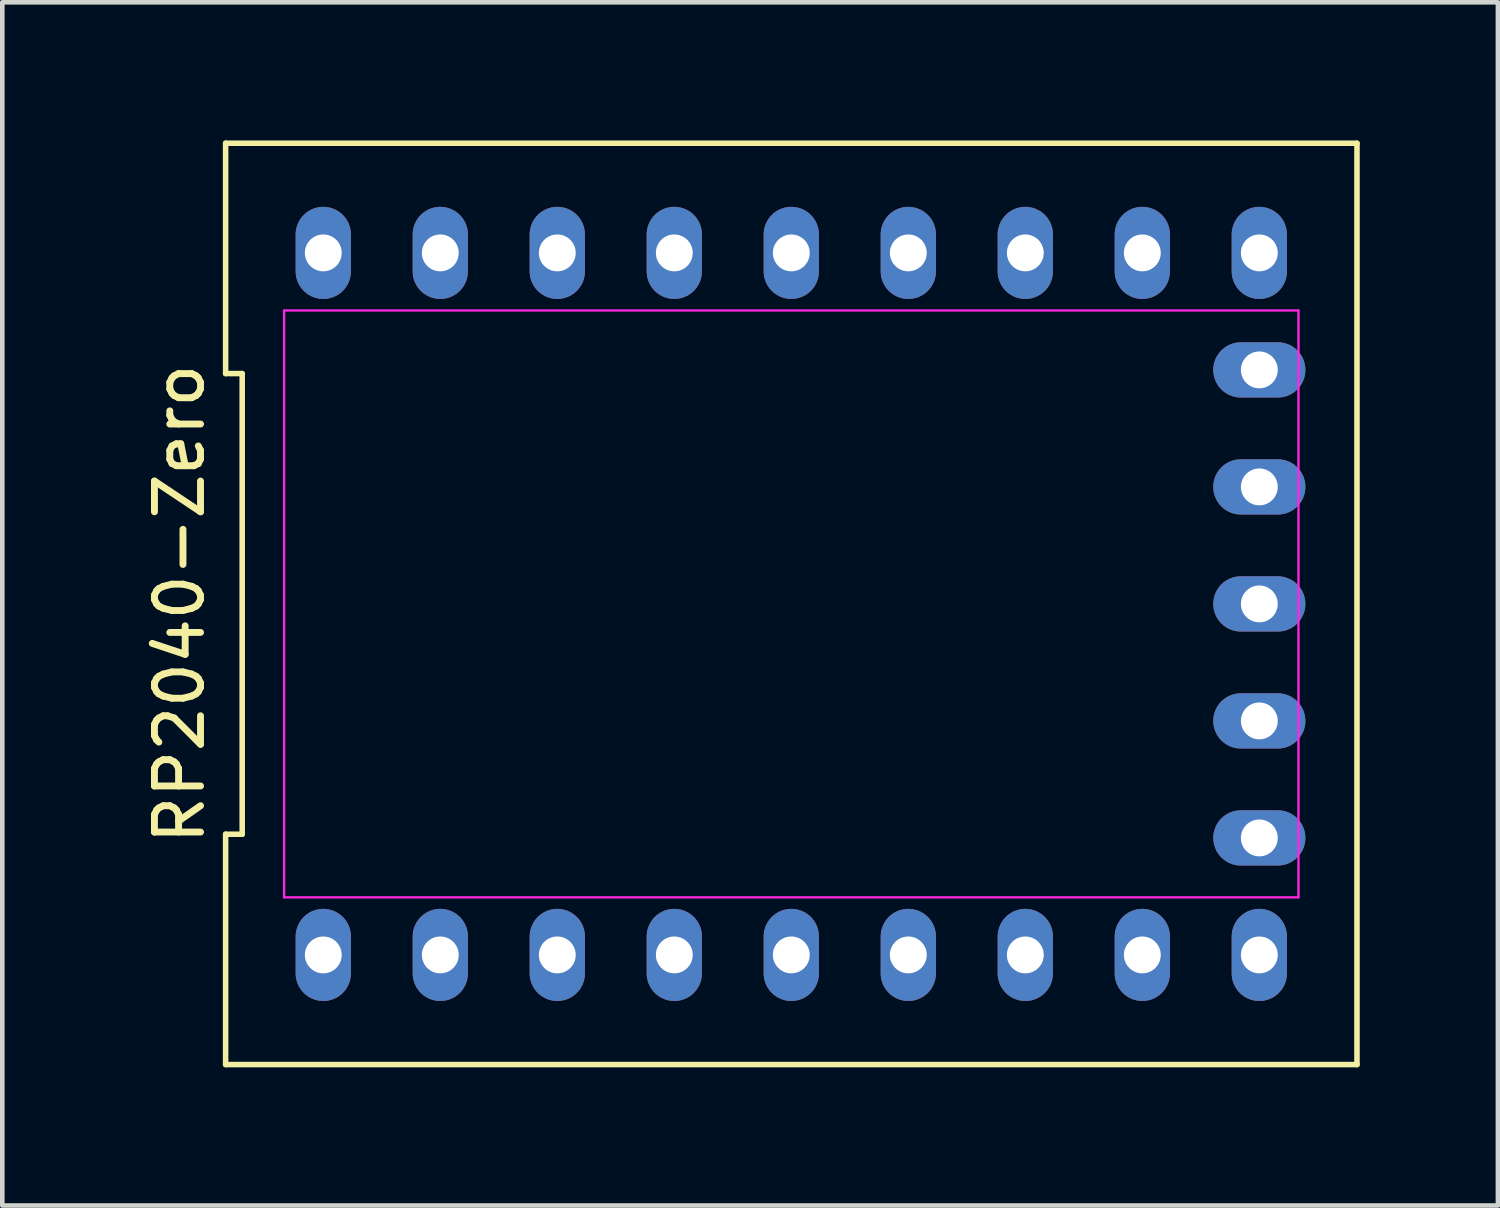
<source format=kicad_pcb>
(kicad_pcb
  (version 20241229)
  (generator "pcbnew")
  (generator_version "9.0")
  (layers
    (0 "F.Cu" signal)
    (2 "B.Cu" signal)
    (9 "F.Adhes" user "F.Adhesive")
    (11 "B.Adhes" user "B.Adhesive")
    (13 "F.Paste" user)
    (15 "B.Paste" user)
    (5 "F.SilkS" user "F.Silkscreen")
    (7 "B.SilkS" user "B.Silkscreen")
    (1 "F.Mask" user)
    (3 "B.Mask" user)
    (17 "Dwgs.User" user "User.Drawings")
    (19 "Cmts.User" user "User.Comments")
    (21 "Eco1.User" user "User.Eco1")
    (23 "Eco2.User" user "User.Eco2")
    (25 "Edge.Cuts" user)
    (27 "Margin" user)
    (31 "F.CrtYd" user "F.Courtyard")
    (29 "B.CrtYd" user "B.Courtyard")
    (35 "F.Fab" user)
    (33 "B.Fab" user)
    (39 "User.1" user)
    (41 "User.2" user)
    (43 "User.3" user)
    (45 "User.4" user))
  (footprint "RP2040-Zero"
    (layer "F.Cu")
    (at 14.128 10.06)
    (property "Reference" "RP2040-Zero" (at -13.28 0 90) (layer "F.SilkS") (effects (font (size 1 1) (thickness 0.15))))
    (fp_line (start -12.28 -10) (end 12.28 -10) (stroke (width 0.12) (type solid)) (layer "F.SilkS"))
    (fp_line (start -12.28 -5) (end -12.28 -10) (stroke (width 0.12) (type solid)) (layer "F.SilkS"))
    (fp_line (start -12.28 5) (end -11.92 5) (stroke (width 0.12) (type solid)) (layer "F.SilkS"))
    (fp_line (start -12.28 10) (end -12.28 5) (stroke (width 0.12) (type solid)) (layer "F.SilkS"))
    (fp_line (start -11.92 -5) (end -12.28 -5) (stroke (width 0.12) (type solid)) (layer "F.SilkS"))
    (fp_line (start -11.92 5) (end -11.92 -5) (stroke (width 0.12) (type solid)) (layer "F.SilkS"))
    (fp_line (start 12.28 -10) (end 12.28 10) (stroke (width 0.12) (type solid)) (layer "F.SilkS"))
    (fp_line (start 12.28 10) (end -12.28 10) (stroke (width 0.12) (type solid)) (layer "F.SilkS"))
    (fp_line (start -11.01 -6.37) (end -11.01 6.37) (stroke (width 0.05) (type solid)) (layer "F.CrtYd"))
    (fp_line (start -11.01 6.37) (end 11.01 6.37) (stroke (width 0.05) (type solid)) (layer "F.CrtYd"))
    (fp_line (start 11.01 -6.37) (end -11.01 -6.37) (stroke (width 0.05) (type solid)) (layer "F.CrtYd"))
    (fp_line (start 11.01 6.37) (end 11.01 -6.37) (stroke (width 0.05) (type solid)) (layer "F.CrtYd"))
    (pad "0" thru_hole oval (at -10.16 -7.62) (size 1.2 2) (drill 0.8) (layers "*.Cu" "*.Mask"))
    (pad "1" thru_hole oval (at -7.62 -7.62) (size 1.2 2) (drill 0.8) (layers "*.Cu" "*.Mask"))
    (pad "2" thru_hole oval (at -5.08 -7.62) (size 1.2 2) (drill 0.8) (layers "*.Cu" "*.Mask"))
    (pad "3" thru_hole oval (at -2.54 -7.62) (size 1.2 2) (drill 0.8) (layers "*.Cu" "*.Mask"))
    (pad "3v3" thru_hole oval (at -5.08 7.62) (size 1.2 2) (drill 0.8) (layers "*.Cu" "*.Mask"))
    (pad "4" thru_hole oval (at 0 -7.62) (size 1.2 2) (drill 0.8) (layers "*.Cu" "*.Mask"))
    (pad "5" thru_hole oval (at 2.54 -7.62) (size 1.2 2) (drill 0.8) (layers "*.Cu" "*.Mask"))
    (pad "5v" thru_hole oval (at -10.16 7.62) (size 1.2 2) (drill 0.8) (layers "*.Cu" "*.Mask"))
    (pad "6" thru_hole oval (at 5.08 -7.62) (size 1.2 2) (drill 0.8) (layers "*.Cu" "*.Mask"))
    (pad "7" thru_hole oval (at 7.62 -7.62) (size 1.2 2) (drill 0.8) (layers "*.Cu" "*.Mask"))
    (pad "8" thru_hole oval (at 10.16 -7.62) (size 1.2 2) (drill 0.8) (layers "*.Cu" "*.Mask"))
    (pad "9" thru_hole oval (at 10.16 -5.08 90) (size 1.2 2) (drill 0.8) (layers "*.Cu" "*.Mask"))
    (pad "10" thru_hole oval (at 10.16 -2.54 90) (size 1.2 2) (drill 0.8) (layers "*.Cu" "*.Mask"))
    (pad "11" thru_hole oval (at 10.16 0 90) (size 1.2 2) (drill 0.8) (layers "*.Cu" "*.Mask"))
    (pad "12" thru_hole oval (at 10.16 2.54 90) (size 1.2 2) (drill 0.8) (layers "*.Cu" "*.Mask"))
    (pad "13" thru_hole oval (at 10.16 5.08 90) (size 1.2 2) (drill 0.8) (layers "*.Cu" "*.Mask"))
    (pad "14" thru_hole oval (at 10.16 7.62) (size 1.2 2) (drill 0.8) (layers "*.Cu" "*.Mask"))
    (pad "15" thru_hole oval (at 7.62 7.62) (size 1.2 2) (drill 0.8) (layers "*.Cu" "*.Mask"))
    (pad "26" thru_hole oval (at 5.08 7.62) (size 1.2 2) (drill 0.8) (layers "*.Cu" "*.Mask"))
    (pad "27" thru_hole oval (at 2.54 7.62) (size 1.2 2) (drill 0.8) (layers "*.Cu" "*.Mask"))
    (pad "28" thru_hole oval (at 0 7.62) (size 1.2 2) (drill 0.8) (layers "*.Cu" "*.Mask"))
    (pad "29" thru_hole oval (at -2.54 7.62) (size 1.2 2) (drill 0.8) (layers "*.Cu" "*.Mask"))
    (pad "GND" thru_hole oval (at -7.62 7.62) (size 1.2 2) (drill 0.8) (layers "*.Cu" "*.Mask")))
  (gr_rect
    (start -3 -3)
    (end 29.468 23.12)
    (stroke (width 0.1) (type default))
    (fill no)
    (layer "Edge.Cuts")))
</source>
